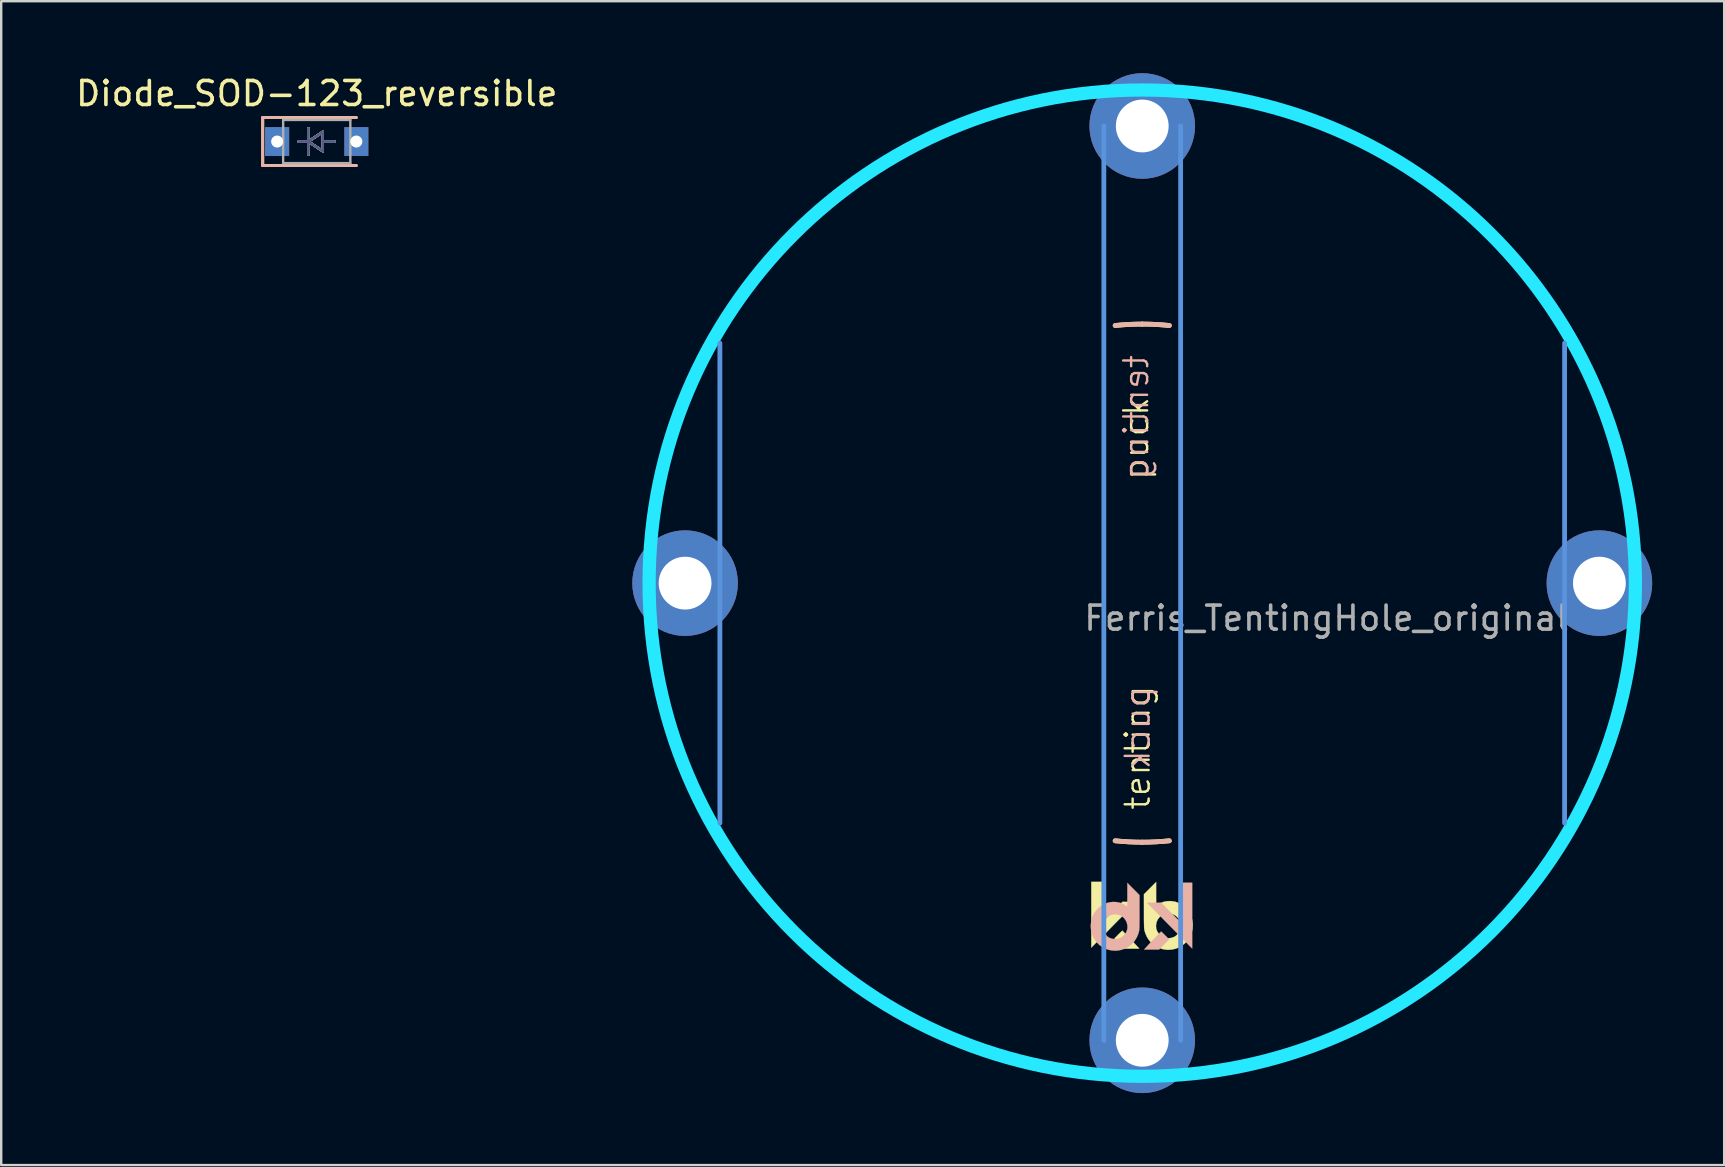
<source format=kicad_pcb>
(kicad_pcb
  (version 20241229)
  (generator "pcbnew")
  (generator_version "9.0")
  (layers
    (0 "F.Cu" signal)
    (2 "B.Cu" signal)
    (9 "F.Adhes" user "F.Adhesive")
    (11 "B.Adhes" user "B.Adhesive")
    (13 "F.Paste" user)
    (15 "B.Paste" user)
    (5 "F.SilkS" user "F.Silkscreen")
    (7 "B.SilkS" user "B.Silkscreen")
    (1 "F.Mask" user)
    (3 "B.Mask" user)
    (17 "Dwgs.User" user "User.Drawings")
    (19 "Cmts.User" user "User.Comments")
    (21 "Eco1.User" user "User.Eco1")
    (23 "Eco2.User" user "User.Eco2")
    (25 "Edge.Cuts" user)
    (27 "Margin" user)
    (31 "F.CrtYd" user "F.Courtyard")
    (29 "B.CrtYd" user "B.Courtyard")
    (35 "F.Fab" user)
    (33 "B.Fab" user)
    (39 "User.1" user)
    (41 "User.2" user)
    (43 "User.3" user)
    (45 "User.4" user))
  (footprint "Diode_SOD-123_reversible"
    (layer "F.Cu")
    (at 10.149 2.848)
    (property "Reference" "Diode_SOD-123_reversible" (at 0 -2 180) (layer "F.SilkS") (effects (font (size 1 1) (thickness 0.15))))
    (attr through_hole)
    (fp_line (start -2.25 -1) (end -2.25 1) (stroke (width 0.12) (type solid)) (layer "F.SilkS"))
    (fp_line (start -2.25 -1) (end 1.65 -1) (stroke (width 0.12) (type solid)) (layer "F.SilkS"))
    (fp_line (start -2.25 1) (end 1.65 1) (stroke (width 0.12) (type solid)) (layer "F.SilkS"))
    (fp_line (start -0.75 0) (end -0.35 0) (stroke (width 0.1) (type solid)) (layer "F.SilkS"))
    (fp_line (start -0.75 0) (end -0.35 0) (stroke (width 0.1) (type solid)) (layer "F.SilkS"))
    (fp_line (start -0.35 0) (end -0.35 -0.55) (stroke (width 0.1) (type solid)) (layer "F.SilkS"))
    (fp_line (start -0.35 0) (end -0.35 -0.55) (stroke (width 0.1) (type solid)) (layer "F.SilkS"))
    (fp_line (start -0.35 0) (end -0.35 0.55) (stroke (width 0.1) (type solid)) (layer "F.SilkS"))
    (fp_line (start -0.35 0) (end -0.35 0.55) (stroke (width 0.1) (type solid)) (layer "F.SilkS"))
    (fp_line (start -0.35 0) (end 0.25 -0.4) (stroke (width 0.1) (type solid)) (layer "F.SilkS"))
    (fp_line (start -0.35 0) (end 0.25 -0.4) (stroke (width 0.1) (type solid)) (layer "F.SilkS"))
    (fp_line (start 0.25 -0.4) (end 0.25 0.4) (stroke (width 0.1) (type solid)) (layer "F.SilkS"))
    (fp_line (start 0.25 -0.4) (end 0.25 0.4) (stroke (width 0.1) (type solid)) (layer "F.SilkS"))
    (fp_line (start 0.25 0) (end 0.75 0) (stroke (width 0.1) (type solid)) (layer "F.SilkS"))
    (fp_line (start 0.25 0) (end 0.75 0) (stroke (width 0.1) (type solid)) (layer "F.SilkS"))
    (fp_line (start 0.25 0.4) (end -0.35 0) (stroke (width 0.1) (type solid)) (layer "F.SilkS"))
    (fp_line (start 0.25 0.4) (end -0.35 0) (stroke (width 0.1) (type solid)) (layer "F.SilkS"))
    (fp_line (start -2.254 -1) (end -2.254 1) (stroke (width 0.12) (type solid)) (layer "B.SilkS"))
    (fp_line (start -2.254 -1) (end 1.646 -1) (stroke (width 0.12) (type solid)) (layer "B.SilkS"))
    (fp_line (start -2.254 1) (end 1.646 1) (stroke (width 0.12) (type solid)) (layer "B.SilkS"))
    (fp_line (start -0.75 0) (end -0.35 0) (stroke (width 0.1) (type solid)) (layer "B.SilkS"))
    (fp_line (start -0.75 0) (end -0.35 0) (stroke (width 0.1) (type solid)) (layer "B.SilkS"))
    (fp_line (start -0.35 0) (end -0.35 -0.55) (stroke (width 0.1) (type solid)) (layer "B.SilkS"))
    (fp_line (start -0.35 0) (end -0.35 -0.55) (stroke (width 0.1) (type solid)) (layer "B.SilkS"))
    (fp_line (start -0.35 0) (end -0.35 0.55) (stroke (width 0.1) (type solid)) (layer "B.SilkS"))
    (fp_line (start -0.35 0) (end -0.35 0.55) (stroke (width 0.1) (type solid)) (layer "B.SilkS"))
    (fp_line (start -0.35 0) (end 0.25 -0.4) (stroke (width 0.1) (type solid)) (layer "B.SilkS"))
    (fp_line (start -0.35 0) (end 0.25 -0.4) (stroke (width 0.1) (type solid)) (layer "B.SilkS"))
    (fp_line (start 0.25 -0.4) (end 0.25 0.4) (stroke (width 0.1) (type solid)) (layer "B.SilkS"))
    (fp_line (start 0.25 -0.4) (end 0.25 0.4) (stroke (width 0.1) (type solid)) (layer "B.SilkS"))
    (fp_line (start 0.25 0) (end 0.75 0) (stroke (width 0.1) (type solid)) (layer "B.SilkS"))
    (fp_line (start 0.25 0) (end 0.75 0) (stroke (width 0.1) (type solid)) (layer "B.SilkS"))
    (fp_line (start 0.25 0.4) (end -0.35 0) (stroke (width 0.1) (type solid)) (layer "B.SilkS"))
    (fp_line (start 0.25 0.4) (end -0.35 0) (stroke (width 0.1) (type solid)) (layer "B.SilkS"))
    (fp_line (start -0.75 0) (end -0.35 0) (stroke (width 0.1) (type solid)) (layer "B.Fab"))
    (fp_line (start -0.75 0) (end -0.35 0) (stroke (width 0.1) (type solid)) (layer "B.Fab"))
    (fp_line (start -0.35 0) (end -0.35 -0.55) (stroke (width 0.1) (type solid)) (layer "B.Fab"))
    (fp_line (start -0.35 0) (end -0.35 -0.55) (stroke (width 0.1) (type solid)) (layer "B.Fab"))
    (fp_line (start -0.35 0) (end -0.35 0.55) (stroke (width 0.1) (type solid)) (layer "B.Fab"))
    (fp_line (start -0.35 0) (end -0.35 0.55) (stroke (width 0.1) (type solid)) (layer "B.Fab"))
    (fp_line (start -0.35 0) (end 0.25 -0.4) (stroke (width 0.1) (type solid)) (layer "B.Fab"))
    (fp_line (start -0.35 0) (end 0.25 -0.4) (stroke (width 0.1) (type solid)) (layer "B.Fab"))
    (fp_line (start 0.25 -0.4) (end 0.25 0.4) (stroke (width 0.1) (type solid)) (layer "B.Fab"))
    (fp_line (start 0.25 -0.4) (end 0.25 0.4) (stroke (width 0.1) (type solid)) (layer "B.Fab"))
    (fp_line (start 0.25 0) (end 0.75 0) (stroke (width 0.1) (type solid)) (layer "B.Fab"))
    (fp_line (start 0.25 0) (end 0.75 0) (stroke (width 0.1) (type solid)) (layer "B.Fab"))
    (fp_line (start 0.25 0.4) (end -0.35 0) (stroke (width 0.1) (type solid)) (layer "B.Fab"))
    (fp_line (start 0.25 0.4) (end -0.35 0) (stroke (width 0.1) (type solid)) (layer "B.Fab"))
    (fp_line (start -1.4 -0.9) (end 1.4 -0.9) (stroke (width 0.1) (type solid)) (layer "F.Fab"))
    (fp_line (start -1.4 0.9) (end -1.4 -0.9) (stroke (width 0.1) (type solid)) (layer "F.Fab"))
    (fp_line (start -0.75 0) (end -0.35 0) (stroke (width 0.1) (type solid)) (layer "F.Fab"))
    (fp_line (start -0.75 0) (end -0.35 0) (stroke (width 0.1) (type solid)) (layer "F.Fab"))
    (fp_line (start -0.35 0) (end -0.35 -0.55) (stroke (width 0.1) (type solid)) (layer "F.Fab"))
    (fp_line (start -0.35 0) (end -0.35 -0.55) (stroke (width 0.1) (type solid)) (layer "F.Fab"))
    (fp_line (start -0.35 0) (end -0.35 0.55) (stroke (width 0.1) (type solid)) (layer "F.Fab"))
    (fp_line (start -0.35 0) (end -0.35 0.55) (stroke (width 0.1) (type solid)) (layer "F.Fab"))
    (fp_line (start -0.35 0) (end 0.25 -0.4) (stroke (width 0.1) (type solid)) (layer "F.Fab"))
    (fp_line (start -0.35 0) (end 0.25 -0.4) (stroke (width 0.1) (type solid)) (layer "F.Fab"))
    (fp_line (start 0.25 -0.4) (end 0.25 0.4) (stroke (width 0.1) (type solid)) (layer "F.Fab"))
    (fp_line (start 0.25 -0.4) (end 0.25 0.4) (stroke (width 0.1) (type solid)) (layer "F.Fab"))
    (fp_line (start 0.25 0) (end 0.75 0) (stroke (width 0.1) (type solid)) (layer "F.Fab"))
    (fp_line (start 0.25 0) (end 0.75 0) (stroke (width 0.1) (type solid)) (layer "F.Fab"))
    (fp_line (start 0.25 0.4) (end -0.35 0) (stroke (width 0.1) (type solid)) (layer "F.Fab"))
    (fp_line (start 0.25 0.4) (end -0.35 0) (stroke (width 0.1) (type solid)) (layer "F.Fab"))
    (fp_line (start 1.4 -0.9) (end 1.4 0.9) (stroke (width 0.1) (type solid)) (layer "F.Fab"))
    (fp_line (start 1.4 0.9) (end -1.4 0.9) (stroke (width 0.1) (type solid)) (layer "F.Fab"))
    (pad "1" thru_hole rect (at -1.65 0) (size 1 1.2) (drill 0.5) (layers "*.Cu" "*.Paste" "*.Mask"))
    (pad "2" thru_hole rect (at 1.65 0) (size 1 1.2) (drill 0.5) (layers "*.Cu" "*.Paste" "*.Mask")))
  (footprint "Ferris_TentingHole_original"
    (layer "F.Cu")
    (at 44.548 21.25)
    (property "Reference" "Ferris_TentingHole_original" (at 7.684 1.46 0) (layer "F.Fab") (effects (font (size 1 1) (thickness 0.15))))
    (attr through_hole)
    (fp_arc (start -20.32 -2.8575) (mid -19.91151 -4.959786) (end -19.286134 -7.008048) (stroke (width 0.2) (type solid)) (layer "F.SilkS"))
    (fp_arc (start -19.286134 7.008047) (mid -19.91151 4.959786) (end -20.32 2.8575) (stroke (width 0.2) (type solid)) (layer "F.SilkS"))
    (fp_arc (start -7.008048 -19.286134) (mid -4.959786 -19.91151) (end -2.8575 -20.32) (stroke (width 0.2) (type solid)) (layer "F.SilkS"))
    (fp_arc (start -2.8575 20.32) (mid -4.959785 19.91151) (end -7.008046 19.286135) (stroke (width 0.2) (type solid)) (layer "F.SilkS"))
    (fp_arc (start -1.128385 -10.735864) (mid -0.564967 -10.780206) (end 0 -10.795) (stroke (width 0.2) (type solid)) (layer "F.SilkS"))
    (fp_arc (start 0 -10.795) (mid 0.564967 -10.780206) (end 1.128385 -10.735864) (stroke (width 0.2) (type solid)) (layer "F.SilkS"))
    (fp_arc (start 0 10.795) (mid -0.564967 10.780206) (end -1.128385 10.735864) (stroke (width 0.2) (type solid)) (layer "F.SilkS"))
    (fp_arc (start 1.128385 10.735864) (mid 0.564967 10.780206) (end 0 10.795) (stroke (width 0.2) (type solid)) (layer "F.SilkS"))
    (fp_arc (start 2.8575 -20.32) (mid 4.959786 -19.91151) (end 7.008047 -19.286134) (stroke (width 0.2) (type solid)) (layer "F.SilkS"))
    (fp_arc (start 7.008047 19.286134) (mid 4.959786 19.91151) (end 2.8575 20.32) (stroke (width 0.2) (type solid)) (layer "F.SilkS"))
    (fp_arc (start 19.286135 -7.008045) (mid 19.91151 -4.959785) (end 20.32 -2.8575) (stroke (width 0.2) (type solid)) (layer "F.SilkS"))
    (fp_arc (start 20.32 2.8575) (mid 19.91151 4.959785) (end 19.286135 7.008046) (stroke (width 0.2) (type solid)) (layer "F.SilkS"))
    (fp_poly (pts (xy -1.627 14.082) (xy -0.824 13.279) (xy -0.535 13.282) (xy -0.247 13.285) (xy -1.094 14.145) (xy -1.212 14.265) (xy -1.327 14.382) (xy -1.437 14.494) (xy -1.542 14.6) (xy -1.64 14.7) (xy -1.731 14.791) (xy -1.811 14.874) (xy -1.882 14.945) (xy -1.941 15.005) (xy -1.987 15.052) (xy -2.019 15.084) (xy -2.032 15.098) (xy -2.123 15.19) (xy -2.123 12.448) (xy -1.627 12.448) (xy -1.627 14.082)) (stroke (width 0.01) (type solid)) (fill yes) (layer "F.SilkS"))
    (fp_poly (pts (xy -0.82 14.488) (xy -0.797 14.511) (xy -0.763 14.547) (xy -0.719 14.593) (xy -0.666 14.647) (xy -0.609 14.708) (xy -0.547 14.773) (xy -0.483 14.841) (xy -0.42 14.908) (xy -0.359 14.973) (xy -0.302 15.034) (xy -0.251 15.089) (xy -0.208 15.135) (xy -0.175 15.171) (xy -0.154 15.194) (xy -0.152 15.197) (xy -0.124 15.231) (xy -0.744 15.231) (xy -0.917 15.055) (xy -0.971 15) (xy -1.021 14.948) (xy -1.065 14.903) (xy -1.099 14.868) (xy -1.121 14.844) (xy -1.124 14.841) (xy -1.158 14.803) (xy -0.997 14.642) (xy -0.948 14.592) (xy -0.903 14.549) (xy -0.867 14.514) (xy -0.842 14.491) (xy -0.829 14.48) (xy -0.829 14.48) (xy -0.82 14.488)) (stroke (width 0.01) (type solid)) (fill yes) (layer "F.SilkS"))
    (fp_poly (pts (xy 0.578 12.948) (xy 0.578 13.052) (xy 0.579 13.149) (xy 0.58 13.236) (xy 0.581 13.31) (xy 0.582 13.37) (xy 0.583 13.413) (xy 0.585 13.437) (xy 0.586 13.441) (xy 0.598 13.435) (xy 0.623 13.419) (xy 0.647 13.401) (xy 0.762 13.331) (xy 0.884 13.282) (xy 1.014 13.254) (xy 1.153 13.247) (xy 1.171 13.248) (xy 1.261 13.255) (xy 1.337 13.267) (xy 1.409 13.286) (xy 1.484 13.315) (xy 1.554 13.348) (xy 1.682 13.423) (xy 1.795 13.515) (xy 1.892 13.622) (xy 1.972 13.743) (xy 2.033 13.874) (xy 2.076 14.016) (xy 2.099 14.167) (xy 2.102 14.256) (xy 2.092 14.409) (xy 2.061 14.553) (xy 2.008 14.693) (xy 1.95 14.8) (xy 1.865 14.92) (xy 1.763 15.025) (xy 1.648 15.113) (xy 1.521 15.184) (xy 1.385 15.236) (xy 1.241 15.268) (xy 1.093 15.279) (xy 0.993 15.275) (xy 0.848 15.25) (xy 0.707 15.204) (xy 0.574 15.138) (xy 0.452 15.054) (xy 0.343 14.954) (xy 0.335 14.944) (xy 0.254 14.84) (xy 0.184 14.722) (xy 0.129 14.596) (xy 0.092 14.469) (xy 0.083 14.423) (xy 0.08 14.394) (xy 0.078 14.344) (xy 0.076 14.294) (xy 0.573 14.294) (xy 0.583 14.391) (xy 0.614 14.485) (xy 0.642 14.539) (xy 0.709 14.628) (xy 0.789 14.699) (xy 0.878 14.751) (xy 0.975 14.784) (xy 1.076 14.797) (xy 1.18 14.789) (xy 1.253 14.769) (xy 1.296 14.753) (xy 1.337 14.736) (xy 1.353 14.728) (xy 1.398 14.697) (xy 1.448 14.651) (xy 1.496 14.595) (xy 1.537 14.537) (xy 1.559 14.498) (xy 1.579 14.454) (xy 1.591 14.415) (xy 1.599 14.373) (xy 1.603 14.318) (xy 1.603 14.313) (xy 1.6 14.205) (xy 1.577 14.107) (xy 1.534 14.014) (xy 1.516 13.985) (xy 1.451 13.908) (xy 1.372 13.845) (xy 1.283 13.8) (xy 1.186 13.772) (xy 1.085 13.763) (xy 0.984 13.773) (xy 0.885 13.803) (xy 0.871 13.81) (xy 0.783 13.863) (xy 0.709 13.931) (xy 0.65 14.011) (xy 0.607 14.101) (xy 0.581 14.196) (xy 0.573 14.294) (xy 0.076 14.294) (xy 0.076 14.274) (xy 0.074 14.185) (xy 0.072 14.078) (xy 0.071 13.955) (xy 0.071 13.818) (xy 0.071 13.668) (xy 0.071 13.656) (xy 0.07 12.964) (xy 0.578 12.454) (xy 0.578 12.948)) (stroke (width 0.01) (type solid)) (fill yes) (layer "F.SilkS"))
    (fp_arc (start -20.32 -2.8575) (mid -19.91151 -4.959784) (end -19.286136 -7.008044) (stroke (width 0.2) (type solid)) (layer "B.SilkS"))
    (fp_arc (start -19.286135 7.008046) (mid -19.91151 4.959785) (end -20.32 2.8575) (stroke (width 0.2) (type solid)) (layer "B.SilkS"))
    (fp_arc (start -7.008046 -19.286135) (mid -4.959785 -19.91151) (end -2.8575 -20.32) (stroke (width 0.2) (type solid)) (layer "B.SilkS"))
    (fp_arc (start -2.8575 20.32) (mid -4.959785 19.91151) (end -7.008045 19.286135) (stroke (width 0.2) (type solid)) (layer "B.SilkS"))
    (fp_arc (start -1.128385 -10.735864) (mid -0.564967 -10.780206) (end 0 -10.795) (stroke (width 0.2) (type solid)) (layer "B.SilkS"))
    (fp_arc (start 0 -10.795) (mid 0.564967 -10.780206) (end 1.128385 -10.735864) (stroke (width 0.2) (type solid)) (layer "B.SilkS"))
    (fp_arc (start 0 10.795) (mid -0.564967 10.780206) (end -1.128385 10.735864) (stroke (width 0.2) (type solid)) (layer "B.SilkS"))
    (fp_arc (start 1.128385 10.735864) (mid 0.564967 10.780206) (end 0 10.795) (stroke (width 0.2) (type solid)) (layer "B.SilkS"))
    (fp_arc (start 2.8575 -20.32) (mid 4.959787 -19.91151) (end 7.008049 -19.286134) (stroke (width 0.2) (type solid)) (layer "B.SilkS"))
    (fp_arc (start 7.008045 19.286135) (mid 4.959785 19.91151) (end 2.8575 20.32) (stroke (width 0.2) (type solid)) (layer "B.SilkS"))
    (fp_arc (start 19.286134 -7.008048) (mid 19.91151 -4.959786) (end 20.32 -2.8575) (stroke (width 0.2) (type solid)) (layer "B.SilkS"))
    (fp_arc (start 20.32 2.8575) (mid 19.91151 4.959786) (end 19.286134 7.008048) (stroke (width 0.2) (type solid)) (layer "B.SilkS"))
    (fp_poly (pts (xy 1.584 14.118) (xy 0.782 13.315) (xy 0.493 13.318) (xy 0.205 13.322) (xy 1.052 14.182) (xy 1.17 14.301) (xy 1.285 14.418) (xy 1.395 14.53) (xy 1.5 14.637) (xy 1.598 14.736) (xy 1.688 14.828) (xy 1.769 14.91) (xy 1.84 14.981) (xy 1.899 15.041) (xy 1.944 15.088) (xy 1.976 15.12) (xy 1.99 15.134) (xy 2.081 15.226) (xy 2.081 12.484) (xy 1.584 12.484) (xy 1.584 14.118)) (stroke (width 0.01) (type solid)) (fill yes) (layer "B.SilkS"))
    (fp_poly (pts (xy 0.778 14.525) (xy 0.755 14.547) (xy 0.721 14.583) (xy 0.676 14.629) (xy 0.624 14.684) (xy 0.566 14.745) (xy 0.505 14.81) (xy 0.441 14.877) (xy 0.378 14.944) (xy 0.316 15.009) (xy 0.259 15.07) (xy 0.208 15.125) (xy 0.166 15.172) (xy 0.133 15.207) (xy 0.112 15.231) (xy 0.11 15.233) (xy 0.082 15.267) (xy 0.702 15.267) (xy 0.875 15.091) (xy 0.929 15.036) (xy 0.979 14.985) (xy 1.023 14.939) (xy 1.057 14.904) (xy 1.079 14.88) (xy 1.082 14.877) (xy 1.116 14.839) (xy 0.955 14.678) (xy 0.905 14.628) (xy 0.861 14.585) (xy 0.825 14.55) (xy 0.799 14.527) (xy 0.787 14.517) (xy 0.787 14.516) (xy 0.778 14.525)) (stroke (width 0.01) (type solid)) (fill yes) (layer "B.SilkS"))
    (fp_poly (pts (xy -0.621 12.984) (xy -0.621 13.088) (xy -0.621 13.185) (xy -0.622 13.272) (xy -0.623 13.346) (xy -0.624 13.406) (xy -0.625 13.45) (xy -0.627 13.473) (xy -0.628 13.477) (xy -0.64 13.471) (xy -0.665 13.455) (xy -0.689 13.438) (xy -0.804 13.367) (xy -0.926 13.318) (xy -1.057 13.29) (xy -1.196 13.284) (xy -1.214 13.284) (xy -1.303 13.291) (xy -1.38 13.303) (xy -1.451 13.322) (xy -1.526 13.351) (xy -1.596 13.384) (xy -1.724 13.459) (xy -1.837 13.551) (xy -1.934 13.658) (xy -2.014 13.779) (xy -2.076 13.911) (xy -2.118 14.053) (xy -2.141 14.203) (xy -2.145 14.293) (xy -2.134 14.445) (xy -2.103 14.59) (xy -2.05 14.729) (xy -1.993 14.836) (xy -1.907 14.956) (xy -1.805 15.061) (xy -1.69 15.149) (xy -1.563 15.22) (xy -1.427 15.272) (xy -1.283 15.304) (xy -1.135 15.316) (xy -1.035 15.311) (xy -0.89 15.286) (xy -0.75 15.24) (xy -0.616 15.174) (xy -0.494 15.09) (xy -0.386 14.99) (xy -0.377 14.981) (xy -0.296 14.876) (xy -0.226 14.758) (xy -0.171 14.632) (xy -0.134 14.505) (xy -0.125 14.459) (xy -0.122 14.43) (xy -0.12 14.38) (xy -0.118 14.33) (xy -0.615 14.33) (xy -0.625 14.428) (xy -0.656 14.522) (xy -0.684 14.576) (xy -0.751 14.664) (xy -0.831 14.735) (xy -0.92 14.787) (xy -1.017 14.82) (xy -1.119 14.833) (xy -1.222 14.825) (xy -1.295 14.805) (xy -1.338 14.789) (xy -1.379 14.772) (xy -1.395 14.764) (xy -1.441 14.733) (xy -1.49 14.687) (xy -1.538 14.632) (xy -1.579 14.573) (xy -1.601 14.534) (xy -1.621 14.49) (xy -1.634 14.452) (xy -1.641 14.409) (xy -1.645 14.354) (xy -1.646 14.349) (xy -1.642 14.241) (xy -1.619 14.144) (xy -1.576 14.05) (xy -1.558 14.022) (xy -1.493 13.944) (xy -1.415 13.882) (xy -1.325 13.836) (xy -1.228 13.808) (xy -1.127 13.799) (xy -1.026 13.809) (xy -0.927 13.84) (xy -0.913 13.846) (xy -0.825 13.899) (xy -0.751 13.967) (xy -0.692 14.047) (xy -0.649 14.137) (xy -0.623 14.232) (xy -0.615 14.33) (xy -0.118 14.33) (xy -0.118 14.31) (xy -0.116 14.221) (xy -0.115 14.114) (xy -0.114 13.991) (xy -0.113 13.854) (xy -0.113 13.704) (xy -0.113 13.692) (xy -0.113 13) (xy -0.62 12.49) (xy -0.621 12.984)) (stroke (width 0.01) (type solid)) (fill yes) (layer "B.SilkS"))
    (fp_line (start -17.6 10) (end -17.6 -10) (stroke (width 0.2) (type solid)) (layer "Cmts.User"))
    (fp_line (start -1.6 19.05) (end -1.6 -19.05) (stroke (width 0.2) (type solid)) (layer "Cmts.User"))
    (fp_line (start 1.6 19.05) (end 1.6 -19.05) (stroke (width 0.2) (type solid)) (layer "Cmts.User"))
    (fp_line (start 17.6 10) (end 17.6 -10) (stroke (width 0.2) (type solid)) (layer "Cmts.User"))
    (fp_circle (center 0 0) (end 20.55 0) (stroke (width 0.55) (type solid)) (fill no) (layer "B.CrtYd"))
    (fp_text user "tenting" (at -0.191 6.858 90) (layer "F.SilkS") (effects (font (size 1 1) (thickness 0.1))))
    (fp_text user "puck" (at -0.254 -6.032 90) (layer "F.SilkS") (effects (font (size 1 1) (thickness 0.1))))
    (fp_text user "puck" (at -0.191 6.032 90) (unlocked yes) (layer "B.SilkS") (effects (font (size 1 1) (thickness 0.1)) (justify mirror)))
    (fp_text user "tenting" (at -0.254 -6.921 90) (layer "B.SilkS") (effects (font (size 1 1) (thickness 0.1)) (justify mirror)))
    (pad "1" thru_hole circle (at -19.05 0) (size 4.4 4.4) (drill 2.2) (layers "*.Cu" "*.Mask"))
    (pad "1" thru_hole circle (at 0 -19.05) (size 4.4 4.4) (drill 2.2) (layers "*.Cu" "*.Mask"))
    (pad "1" thru_hole circle (at 0 19.05) (size 4.4 4.4) (drill 2.2) (layers "*.Cu" "*.Mask"))
    (pad "1" thru_hole circle (at 19.05 0) (size 4.4 4.4) (drill 2.2) (layers "*.Cu" "*.Mask")))
  (gr_rect
    (start -3 -3)
    (end 68.798 45.5)
    (stroke (width 0.1) (type default))
    (fill no)
    (layer "Edge.Cuts")))
</source>
